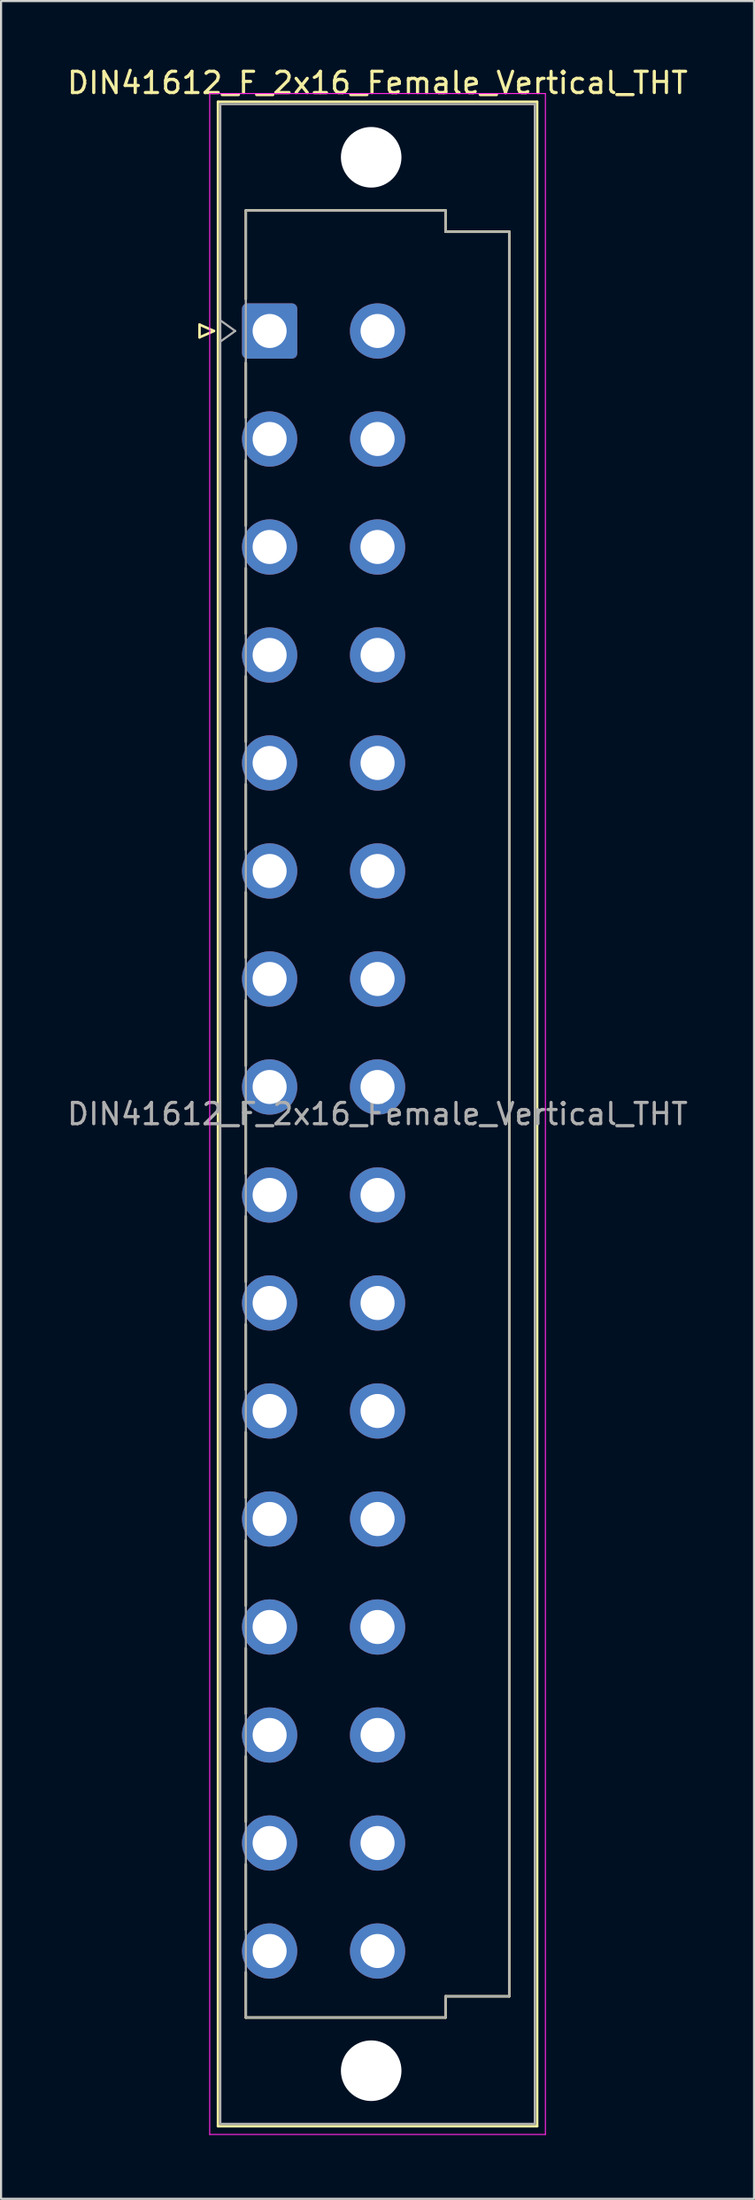
<source format=kicad_pcb>
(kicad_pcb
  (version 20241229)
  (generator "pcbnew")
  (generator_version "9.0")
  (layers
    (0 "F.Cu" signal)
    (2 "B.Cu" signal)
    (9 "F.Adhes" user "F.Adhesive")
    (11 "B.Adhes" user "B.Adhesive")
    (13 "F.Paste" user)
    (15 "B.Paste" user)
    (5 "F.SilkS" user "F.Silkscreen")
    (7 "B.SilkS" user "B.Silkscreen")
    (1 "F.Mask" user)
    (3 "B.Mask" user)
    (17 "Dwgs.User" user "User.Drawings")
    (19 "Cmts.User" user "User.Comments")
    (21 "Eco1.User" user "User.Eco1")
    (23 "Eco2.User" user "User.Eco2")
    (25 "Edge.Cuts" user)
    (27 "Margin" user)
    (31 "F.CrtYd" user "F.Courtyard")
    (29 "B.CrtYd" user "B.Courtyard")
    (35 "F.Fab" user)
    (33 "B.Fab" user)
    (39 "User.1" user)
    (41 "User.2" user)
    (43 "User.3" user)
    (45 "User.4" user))
  (footprint "DIN41612_F_2x16_Female_Vertical_THT"
    (layer "F.Cu")
    (at 12.18 9.978)
    (property "Reference" "DIN41612_F_2x16_Female_Vertical_THT" (at 2.54 -9.13 0) (layer "F.SilkS") (effects (font (size 1 1) (thickness 0.15))))
    (attr through_hole)
    (fp_line (start -5.84 2.24) (end -5.84 2.84) (stroke (width 0.12) (type solid)) (layer "F.SilkS"))
    (fp_line (start -5.84 2.84) (end -5.16 2.54) (stroke (width 0.12) (type solid)) (layer "F.SilkS"))
    (fp_line (start -5.16 2.54) (end -5.84 2.24) (stroke (width 0.12) (type solid)) (layer "F.SilkS"))
    (fp_line (start -4.97 -8.24) (end 10.05 -8.24) (stroke (width 0.12) (type solid)) (layer "F.SilkS"))
    (fp_line (start -4.97 86.98) (end -4.97 -8.24) (stroke (width 0.12) (type solid)) (layer "F.SilkS"))
    (fp_line (start -3.66 -3.13) (end 5.74 -3.13) (stroke (width 0.12) (type solid)) (layer "F.SilkS"))
    (fp_line (start -3.66 1.04) (end -3.66 -3.13) (stroke (width 0.12) (type solid)) (layer "F.SilkS"))
    (fp_line (start -3.66 6.622) (end -3.66 4.04) (stroke (width 0.12) (type solid)) (layer "F.SilkS"))
    (fp_line (start -3.66 11.702) (end -3.66 8.618) (stroke (width 0.12) (type solid)) (layer "F.SilkS"))
    (fp_line (start -3.66 16.782) (end -3.66 13.698) (stroke (width 0.12) (type solid)) (layer "F.SilkS"))
    (fp_line (start -3.66 21.862) (end -3.66 18.778) (stroke (width 0.12) (type solid)) (layer "F.SilkS"))
    (fp_line (start -3.66 26.942) (end -3.66 23.858) (stroke (width 0.12) (type solid)) (layer "F.SilkS"))
    (fp_line (start -3.66 32.022) (end -3.66 28.938) (stroke (width 0.12) (type solid)) (layer "F.SilkS"))
    (fp_line (start -3.66 37.102) (end -3.66 34.018) (stroke (width 0.12) (type solid)) (layer "F.SilkS"))
    (fp_line (start -3.66 42.182) (end -3.66 39.098) (stroke (width 0.12) (type solid)) (layer "F.SilkS"))
    (fp_line (start -3.66 47.262) (end -3.66 44.178) (stroke (width 0.12) (type solid)) (layer "F.SilkS"))
    (fp_line (start -3.66 52.342) (end -3.66 49.258) (stroke (width 0.12) (type solid)) (layer "F.SilkS"))
    (fp_line (start -3.66 57.422) (end -3.66 54.338) (stroke (width 0.12) (type solid)) (layer "F.SilkS"))
    (fp_line (start -3.66 62.502) (end -3.66 59.418) (stroke (width 0.12) (type solid)) (layer "F.SilkS"))
    (fp_line (start -3.66 67.582) (end -3.66 64.498) (stroke (width 0.12) (type solid)) (layer "F.SilkS"))
    (fp_line (start -3.66 72.662) (end -3.66 69.578) (stroke (width 0.12) (type solid)) (layer "F.SilkS"))
    (fp_line (start -3.66 77.742) (end -3.66 74.658) (stroke (width 0.12) (type solid)) (layer "F.SilkS"))
    (fp_line (start -3.66 81.87) (end -3.66 79.738) (stroke (width 0.12) (type solid)) (layer "F.SilkS"))
    (fp_line (start 5.74 -3.13) (end 5.74 -2.13) (stroke (width 0.12) (type solid)) (layer "F.SilkS"))
    (fp_line (start 5.74 -2.13) (end 8.74 -2.13) (stroke (width 0.12) (type solid)) (layer "F.SilkS"))
    (fp_line (start 5.74 80.87) (end 5.74 81.87) (stroke (width 0.12) (type solid)) (layer "F.SilkS"))
    (fp_line (start 5.74 81.87) (end -3.66 81.87) (stroke (width 0.12) (type solid)) (layer "F.SilkS"))
    (fp_line (start 8.74 -2.13) (end 8.74 80.87) (stroke (width 0.12) (type solid)) (layer "F.SilkS"))
    (fp_line (start 8.74 80.87) (end 5.74 80.87) (stroke (width 0.12) (type solid)) (layer "F.SilkS"))
    (fp_line (start 10.05 -8.24) (end 10.05 86.98) (stroke (width 0.12) (type solid)) (layer "F.SilkS"))
    (fp_line (start 10.05 86.98) (end -4.97 86.98) (stroke (width 0.12) (type solid)) (layer "F.SilkS"))
    (fp_line (start -5.36 -8.63) (end 10.44 -8.63) (stroke (width 0.05) (type solid)) (layer "F.CrtYd"))
    (fp_line (start -5.36 87.37) (end -5.36 -8.63) (stroke (width 0.05) (type solid)) (layer "F.CrtYd"))
    (fp_line (start 10.44 -8.63) (end 10.44 87.37) (stroke (width 0.05) (type solid)) (layer "F.CrtYd"))
    (fp_line (start 10.44 87.37) (end -5.36 87.37) (stroke (width 0.05) (type solid)) (layer "F.CrtYd"))
    (fp_line (start -4.86 -8.13) (end 9.94 -8.13) (stroke (width 0.1) (type solid)) (layer "F.Fab"))
    (fp_line (start -4.86 2.04) (end -4.16 2.54) (stroke (width 0.1) (type solid)) (layer "F.Fab"))
    (fp_line (start -4.86 86.87) (end -4.86 -8.13) (stroke (width 0.1) (type solid)) (layer "F.Fab"))
    (fp_line (start -4.16 2.54) (end -4.86 3.04) (stroke (width 0.1) (type solid)) (layer "F.Fab"))
    (fp_line (start -3.66 -3.13) (end 5.74 -3.13) (stroke (width 0.1) (type solid)) (layer "F.Fab"))
    (fp_line (start -3.66 81.87) (end -3.66 -3.13) (stroke (width 0.1) (type solid)) (layer "F.Fab"))
    (fp_line (start 5.74 -3.13) (end 5.74 -2.13) (stroke (width 0.1) (type solid)) (layer "F.Fab"))
    (fp_line (start 5.74 -2.13) (end 8.74 -2.13) (stroke (width 0.1) (type solid)) (layer "F.Fab"))
    (fp_line (start 5.74 80.87) (end 5.74 81.87) (stroke (width 0.1) (type solid)) (layer "F.Fab"))
    (fp_line (start 5.74 81.87) (end -3.66 81.87) (stroke (width 0.1) (type solid)) (layer "F.Fab"))
    (fp_line (start 8.74 -2.13) (end 8.74 80.87) (stroke (width 0.1) (type solid)) (layer "F.Fab"))
    (fp_line (start 8.74 80.87) (end 5.74 80.87) (stroke (width 0.1) (type solid)) (layer "F.Fab"))
    (fp_line (start 9.94 -8.13) (end 9.94 86.87) (stroke (width 0.1) (type solid)) (layer "F.Fab"))
    (fp_line (start 9.94 86.87) (end -4.86 86.87) (stroke (width 0.1) (type solid)) (layer "F.Fab"))
    (fp_text user "${REFERENCE}" (at 2.54 39.37 0) (layer "F.Fab") (effects (font (size 1 1) (thickness 0.15))))
    (pad "" np_thru_hole circle (at 2.24 -5.63) (size 2.85 2.85) (drill 2.85) (layers "*.Cu" "*.Mask"))
    (pad "" np_thru_hole circle (at 2.24 84.37) (size 2.85 2.85) (drill 2.85) (layers "*.Cu" "*.Mask"))
    (pad "b2" thru_hole circle (at 2.54 2.54) (size 2.6 2.6) (drill 1.6) (layers "*.Cu" "*.Mask"))
    (pad "b4" thru_hole circle (at 2.54 7.62) (size 2.6 2.6) (drill 1.6) (layers "*.Cu" "*.Mask"))
    (pad "b6" thru_hole circle (at 2.54 12.7) (size 2.6 2.6) (drill 1.6) (layers "*.Cu" "*.Mask"))
    (pad "b8" thru_hole circle (at 2.54 17.78) (size 2.6 2.6) (drill 1.6) (layers "*.Cu" "*.Mask"))
    (pad "b10" thru_hole circle (at 2.54 22.86) (size 2.6 2.6) (drill 1.6) (layers "*.Cu" "*.Mask"))
    (pad "b12" thru_hole circle (at 2.54 27.94) (size 2.6 2.6) (drill 1.6) (layers "*.Cu" "*.Mask"))
    (pad "b14" thru_hole circle (at 2.54 33.02) (size 2.6 2.6) (drill 1.6) (layers "*.Cu" "*.Mask"))
    (pad "b16" thru_hole circle (at 2.54 38.1) (size 2.6 2.6) (drill 1.6) (layers "*.Cu" "*.Mask"))
    (pad "b18" thru_hole circle (at 2.54 43.18) (size 2.6 2.6) (drill 1.6) (layers "*.Cu" "*.Mask"))
    (pad "b20" thru_hole circle (at 2.54 48.26) (size 2.6 2.6) (drill 1.6) (layers "*.Cu" "*.Mask"))
    (pad "b22" thru_hole circle (at 2.54 53.34) (size 2.6 2.6) (drill 1.6) (layers "*.Cu" "*.Mask"))
    (pad "b24" thru_hole circle (at 2.54 58.42) (size 2.6 2.6) (drill 1.6) (layers "*.Cu" "*.Mask"))
    (pad "b26" thru_hole circle (at 2.54 63.5) (size 2.6 2.6) (drill 1.6) (layers "*.Cu" "*.Mask"))
    (pad "b28" thru_hole circle (at 2.54 68.58) (size 2.6 2.6) (drill 1.6) (layers "*.Cu" "*.Mask"))
    (pad "b30" thru_hole circle (at 2.54 73.66) (size 2.6 2.6) (drill 1.6) (layers "*.Cu" "*.Mask"))
    (pad "b32" thru_hole circle (at 2.54 78.74) (size 2.6 2.6) (drill 1.6) (layers "*.Cu" "*.Mask"))
    (pad "z2" thru_hole roundrect (at -2.54 2.54) (size 2.6 2.6) (drill 1.6) (layers "*.Cu" "*.Mask") (roundrect_rratio 0.096))
    (pad "z4" thru_hole circle (at -2.54 7.62) (size 2.6 2.6) (drill 1.6) (layers "*.Cu" "*.Mask"))
    (pad "z6" thru_hole circle (at -2.54 12.7) (size 2.6 2.6) (drill 1.6) (layers "*.Cu" "*.Mask"))
    (pad "z8" thru_hole circle (at -2.54 17.78) (size 2.6 2.6) (drill 1.6) (layers "*.Cu" "*.Mask"))
    (pad "z10" thru_hole circle (at -2.54 22.86) (size 2.6 2.6) (drill 1.6) (layers "*.Cu" "*.Mask"))
    (pad "z12" thru_hole circle (at -2.54 27.94) (size 2.6 2.6) (drill 1.6) (layers "*.Cu" "*.Mask"))
    (pad "z14" thru_hole circle (at -2.54 33.02) (size 2.6 2.6) (drill 1.6) (layers "*.Cu" "*.Mask"))
    (pad "z16" thru_hole circle (at -2.54 38.1) (size 2.6 2.6) (drill 1.6) (layers "*.Cu" "*.Mask"))
    (pad "z18" thru_hole circle (at -2.54 43.18) (size 2.6 2.6) (drill 1.6) (layers "*.Cu" "*.Mask"))
    (pad "z20" thru_hole circle (at -2.54 48.26) (size 2.6 2.6) (drill 1.6) (layers "*.Cu" "*.Mask"))
    (pad "z22" thru_hole circle (at -2.54 53.34) (size 2.6 2.6) (drill 1.6) (layers "*.Cu" "*.Mask"))
    (pad "z24" thru_hole circle (at -2.54 58.42) (size 2.6 2.6) (drill 1.6) (layers "*.Cu" "*.Mask"))
    (pad "z26" thru_hole circle (at -2.54 63.5) (size 2.6 2.6) (drill 1.6) (layers "*.Cu" "*.Mask"))
    (pad "z28" thru_hole circle (at -2.54 68.58) (size 2.6 2.6) (drill 1.6) (layers "*.Cu" "*.Mask"))
    (pad "z30" thru_hole circle (at -2.54 73.66) (size 2.6 2.6) (drill 1.6) (layers "*.Cu" "*.Mask"))
    (pad "z32" thru_hole circle (at -2.54 78.74) (size 2.6 2.6) (drill 1.6) (layers "*.Cu" "*.Mask")))
  (gr_rect
    (start -3 -3)
    (end 32.44 100.373)
    (stroke (width 0.1) (type default))
    (fill no)
    (layer "Edge.Cuts")))
</source>
